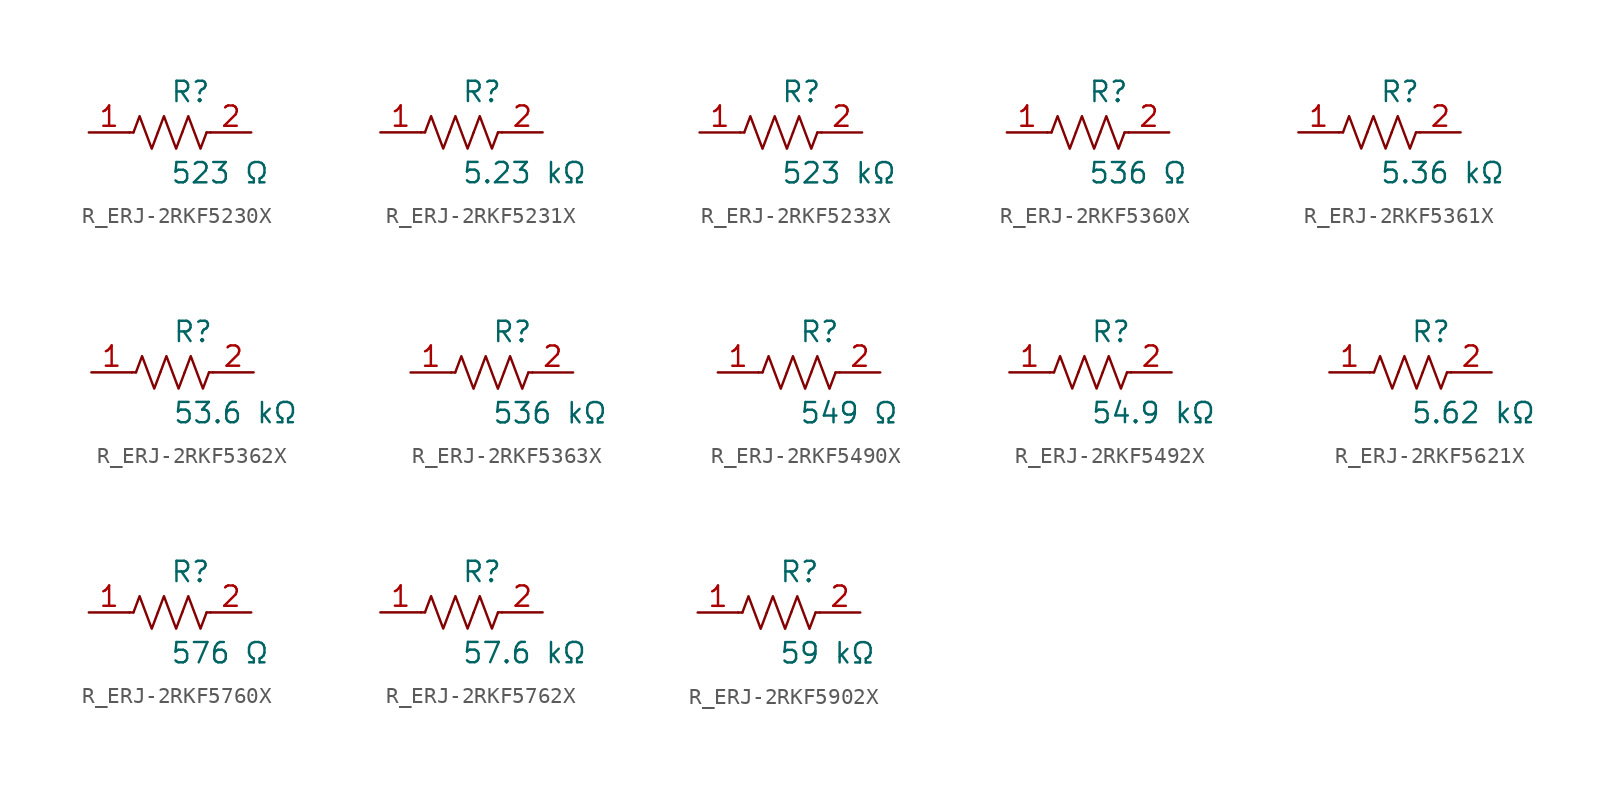
<source format=kicad_sym>
(kicad_symbol_lib
  (version 20231120)
  (generator kicad_symbol_editor)
  (generator_version 8.0)
  (symbol "R_ERJ-2RKF5230X"
    (pin_names
      (offset 0.254))
    (property "Reference" "R"
      (at 0.0 2.54 0)
      (effects (font (size 1.27 1.27)) (justify left)))
    (property "Value" "523 Ω"
      (at 0.0 -2.54 0)
      (effects (font (size 1.27 1.27)) (justify left)))
    (symbol "R_ERJ-2RKF5230X_0_1"
      (polyline (pts (xy 2.286 0) (xy 2.54 0)) (stroke (width 0) (type default)) (fill (type none)))
      (polyline (pts (xy -2.286 0) (xy -2.54 0)) (stroke (width 0) (type default)) (fill (type none)))
      (polyline (pts (xy 0.762 0) (xy 1.143 1.016) (xy 1.524 0) (xy 1.905 -1.016) (xy 2.286 0)) (stroke (width 0) (type default)) (fill (type none)))
      (polyline (pts (xy -0.762 0) (xy -0.381 1.016) (xy 0 0) (xy 0.381 -1.016) (xy 0.762 0)) (stroke (width 0) (type default)) (fill (type none)))
      (polyline (pts (xy -2.286 0) (xy -1.905 1.016) (xy -1.524 0) (xy -1.143 -1.016) (xy -0.762 0)) (stroke (width 0) (type default)) (fill (type none))))
    (pin unspecified line
      (at -5.08 0 0)
      (length 2.54)
      (name "" (effects (font (size 1.27 1.27))))
      (number "1" (effects (font (size 1.27 1.27)))))
    (pin unspecified line
      (at 5.08 0 180)
      (length 2.54)
      (name "" (effects (font (size 1.27 1.27))))
      (number "2" (effects (font (size 1.27 1.27))))))
  (symbol "R_ERJ-2RKF5231X"
    (pin_names
      (offset 0.254))
    (property "Reference" "R"
      (at 0.0 2.54 0)
      (effects (font (size 1.27 1.27)) (justify left)))
    (property "Value" "5.23 kΩ"
      (at 0.0 -2.54 0)
      (effects (font (size 1.27 1.27)) (justify left)))
    (symbol "R_ERJ-2RKF5231X_0_1"
      (polyline (pts (xy 2.286 0) (xy 2.54 0)) (stroke (width 0) (type default)) (fill (type none)))
      (polyline (pts (xy -2.286 0) (xy -2.54 0)) (stroke (width 0) (type default)) (fill (type none)))
      (polyline (pts (xy 0.762 0) (xy 1.143 1.016) (xy 1.524 0) (xy 1.905 -1.016) (xy 2.286 0)) (stroke (width 0) (type default)) (fill (type none)))
      (polyline (pts (xy -0.762 0) (xy -0.381 1.016) (xy 0 0) (xy 0.381 -1.016) (xy 0.762 0)) (stroke (width 0) (type default)) (fill (type none)))
      (polyline (pts (xy -2.286 0) (xy -1.905 1.016) (xy -1.524 0) (xy -1.143 -1.016) (xy -0.762 0)) (stroke (width 0) (type default)) (fill (type none))))
    (pin unspecified line
      (at -5.08 0 0)
      (length 2.54)
      (name "" (effects (font (size 1.27 1.27))))
      (number "1" (effects (font (size 1.27 1.27)))))
    (pin unspecified line
      (at 5.08 0 180)
      (length 2.54)
      (name "" (effects (font (size 1.27 1.27))))
      (number "2" (effects (font (size 1.27 1.27))))))
  (symbol "R_ERJ-2RKF5233X"
    (pin_names
      (offset 0.254))
    (property "Reference" "R"
      (at 0.0 2.54 0)
      (effects (font (size 1.27 1.27)) (justify left)))
    (property "Value" "523 kΩ"
      (at 0.0 -2.54 0)
      (effects (font (size 1.27 1.27)) (justify left)))
    (symbol "R_ERJ-2RKF5233X_0_1"
      (polyline (pts (xy 2.286 0) (xy 2.54 0)) (stroke (width 0) (type default)) (fill (type none)))
      (polyline (pts (xy -2.286 0) (xy -2.54 0)) (stroke (width 0) (type default)) (fill (type none)))
      (polyline (pts (xy 0.762 0) (xy 1.143 1.016) (xy 1.524 0) (xy 1.905 -1.016) (xy 2.286 0)) (stroke (width 0) (type default)) (fill (type none)))
      (polyline (pts (xy -0.762 0) (xy -0.381 1.016) (xy 0 0) (xy 0.381 -1.016) (xy 0.762 0)) (stroke (width 0) (type default)) (fill (type none)))
      (polyline (pts (xy -2.286 0) (xy -1.905 1.016) (xy -1.524 0) (xy -1.143 -1.016) (xy -0.762 0)) (stroke (width 0) (type default)) (fill (type none))))
    (pin unspecified line
      (at -5.08 0 0)
      (length 2.54)
      (name "" (effects (font (size 1.27 1.27))))
      (number "1" (effects (font (size 1.27 1.27)))))
    (pin unspecified line
      (at 5.08 0 180)
      (length 2.54)
      (name "" (effects (font (size 1.27 1.27))))
      (number "2" (effects (font (size 1.27 1.27))))))
  (symbol "R_ERJ-2RKF5360X"
    (pin_names
      (offset 0.254))
    (property "Reference" "R"
      (at 0.0 2.54 0)
      (effects (font (size 1.27 1.27)) (justify left)))
    (property "Value" "536 Ω"
      (at 0.0 -2.54 0)
      (effects (font (size 1.27 1.27)) (justify left)))
    (symbol "R_ERJ-2RKF5360X_0_1"
      (polyline (pts (xy 2.286 0) (xy 2.54 0)) (stroke (width 0) (type default)) (fill (type none)))
      (polyline (pts (xy -2.286 0) (xy -2.54 0)) (stroke (width 0) (type default)) (fill (type none)))
      (polyline (pts (xy 0.762 0) (xy 1.143 1.016) (xy 1.524 0) (xy 1.905 -1.016) (xy 2.286 0)) (stroke (width 0) (type default)) (fill (type none)))
      (polyline (pts (xy -0.762 0) (xy -0.381 1.016) (xy 0 0) (xy 0.381 -1.016) (xy 0.762 0)) (stroke (width 0) (type default)) (fill (type none)))
      (polyline (pts (xy -2.286 0) (xy -1.905 1.016) (xy -1.524 0) (xy -1.143 -1.016) (xy -0.762 0)) (stroke (width 0) (type default)) (fill (type none))))
    (pin unspecified line
      (at -5.08 0 0)
      (length 2.54)
      (name "" (effects (font (size 1.27 1.27))))
      (number "1" (effects (font (size 1.27 1.27)))))
    (pin unspecified line
      (at 5.08 0 180)
      (length 2.54)
      (name "" (effects (font (size 1.27 1.27))))
      (number "2" (effects (font (size 1.27 1.27))))))
  (symbol "R_ERJ-2RKF5361X"
    (pin_names
      (offset 0.254))
    (property "Reference" "R"
      (at 0.0 2.54 0)
      (effects (font (size 1.27 1.27)) (justify left)))
    (property "Value" "5.36 kΩ"
      (at 0.0 -2.54 0)
      (effects (font (size 1.27 1.27)) (justify left)))
    (symbol "R_ERJ-2RKF5361X_0_1"
      (polyline (pts (xy 2.286 0) (xy 2.54 0)) (stroke (width 0) (type default)) (fill (type none)))
      (polyline (pts (xy -2.286 0) (xy -2.54 0)) (stroke (width 0) (type default)) (fill (type none)))
      (polyline (pts (xy 0.762 0) (xy 1.143 1.016) (xy 1.524 0) (xy 1.905 -1.016) (xy 2.286 0)) (stroke (width 0) (type default)) (fill (type none)))
      (polyline (pts (xy -0.762 0) (xy -0.381 1.016) (xy 0 0) (xy 0.381 -1.016) (xy 0.762 0)) (stroke (width 0) (type default)) (fill (type none)))
      (polyline (pts (xy -2.286 0) (xy -1.905 1.016) (xy -1.524 0) (xy -1.143 -1.016) (xy -0.762 0)) (stroke (width 0) (type default)) (fill (type none))))
    (pin unspecified line
      (at -5.08 0 0)
      (length 2.54)
      (name "" (effects (font (size 1.27 1.27))))
      (number "1" (effects (font (size 1.27 1.27)))))
    (pin unspecified line
      (at 5.08 0 180)
      (length 2.54)
      (name "" (effects (font (size 1.27 1.27))))
      (number "2" (effects (font (size 1.27 1.27))))))
  (symbol "R_ERJ-2RKF5362X"
    (pin_names
      (offset 0.254))
    (property "Reference" "R"
      (at 0.0 2.54 0)
      (effects (font (size 1.27 1.27)) (justify left)))
    (property "Value" "53.6 kΩ"
      (at 0.0 -2.54 0)
      (effects (font (size 1.27 1.27)) (justify left)))
    (symbol "R_ERJ-2RKF5362X_0_1"
      (polyline (pts (xy 2.286 0) (xy 2.54 0)) (stroke (width 0) (type default)) (fill (type none)))
      (polyline (pts (xy -2.286 0) (xy -2.54 0)) (stroke (width 0) (type default)) (fill (type none)))
      (polyline (pts (xy 0.762 0) (xy 1.143 1.016) (xy 1.524 0) (xy 1.905 -1.016) (xy 2.286 0)) (stroke (width 0) (type default)) (fill (type none)))
      (polyline (pts (xy -0.762 0) (xy -0.381 1.016) (xy 0 0) (xy 0.381 -1.016) (xy 0.762 0)) (stroke (width 0) (type default)) (fill (type none)))
      (polyline (pts (xy -2.286 0) (xy -1.905 1.016) (xy -1.524 0) (xy -1.143 -1.016) (xy -0.762 0)) (stroke (width 0) (type default)) (fill (type none))))
    (pin unspecified line
      (at -5.08 0 0)
      (length 2.54)
      (name "" (effects (font (size 1.27 1.27))))
      (number "1" (effects (font (size 1.27 1.27)))))
    (pin unspecified line
      (at 5.08 0 180)
      (length 2.54)
      (name "" (effects (font (size 1.27 1.27))))
      (number "2" (effects (font (size 1.27 1.27))))))
  (symbol "R_ERJ-2RKF5363X"
    (pin_names
      (offset 0.254))
    (property "Reference" "R"
      (at 0.0 2.54 0)
      (effects (font (size 1.27 1.27)) (justify left)))
    (property "Value" "536 kΩ"
      (at 0.0 -2.54 0)
      (effects (font (size 1.27 1.27)) (justify left)))
    (symbol "R_ERJ-2RKF5363X_0_1"
      (polyline (pts (xy 2.286 0) (xy 2.54 0)) (stroke (width 0) (type default)) (fill (type none)))
      (polyline (pts (xy -2.286 0) (xy -2.54 0)) (stroke (width 0) (type default)) (fill (type none)))
      (polyline (pts (xy 0.762 0) (xy 1.143 1.016) (xy 1.524 0) (xy 1.905 -1.016) (xy 2.286 0)) (stroke (width 0) (type default)) (fill (type none)))
      (polyline (pts (xy -0.762 0) (xy -0.381 1.016) (xy 0 0) (xy 0.381 -1.016) (xy 0.762 0)) (stroke (width 0) (type default)) (fill (type none)))
      (polyline (pts (xy -2.286 0) (xy -1.905 1.016) (xy -1.524 0) (xy -1.143 -1.016) (xy -0.762 0)) (stroke (width 0) (type default)) (fill (type none))))
    (pin unspecified line
      (at -5.08 0 0)
      (length 2.54)
      (name "" (effects (font (size 1.27 1.27))))
      (number "1" (effects (font (size 1.27 1.27)))))
    (pin unspecified line
      (at 5.08 0 180)
      (length 2.54)
      (name "" (effects (font (size 1.27 1.27))))
      (number "2" (effects (font (size 1.27 1.27))))))
  (symbol "R_ERJ-2RKF5490X"
    (pin_names
      (offset 0.254))
    (property "Reference" "R"
      (at 0.0 2.54 0)
      (effects (font (size 1.27 1.27)) (justify left)))
    (property "Value" "549 Ω"
      (at 0.0 -2.54 0)
      (effects (font (size 1.27 1.27)) (justify left)))
    (symbol "R_ERJ-2RKF5490X_0_1"
      (polyline (pts (xy 2.286 0) (xy 2.54 0)) (stroke (width 0) (type default)) (fill (type none)))
      (polyline (pts (xy -2.286 0) (xy -2.54 0)) (stroke (width 0) (type default)) (fill (type none)))
      (polyline (pts (xy 0.762 0) (xy 1.143 1.016) (xy 1.524 0) (xy 1.905 -1.016) (xy 2.286 0)) (stroke (width 0) (type default)) (fill (type none)))
      (polyline (pts (xy -0.762 0) (xy -0.381 1.016) (xy 0 0) (xy 0.381 -1.016) (xy 0.762 0)) (stroke (width 0) (type default)) (fill (type none)))
      (polyline (pts (xy -2.286 0) (xy -1.905 1.016) (xy -1.524 0) (xy -1.143 -1.016) (xy -0.762 0)) (stroke (width 0) (type default)) (fill (type none))))
    (pin unspecified line
      (at -5.08 0 0)
      (length 2.54)
      (name "" (effects (font (size 1.27 1.27))))
      (number "1" (effects (font (size 1.27 1.27)))))
    (pin unspecified line
      (at 5.08 0 180)
      (length 2.54)
      (name "" (effects (font (size 1.27 1.27))))
      (number "2" (effects (font (size 1.27 1.27))))))
  (symbol "R_ERJ-2RKF5492X"
    (pin_names
      (offset 0.254))
    (property "Reference" "R"
      (at 0.0 2.54 0)
      (effects (font (size 1.27 1.27)) (justify left)))
    (property "Value" "54.9 kΩ"
      (at 0.0 -2.54 0)
      (effects (font (size 1.27 1.27)) (justify left)))
    (symbol "R_ERJ-2RKF5492X_0_1"
      (polyline (pts (xy 2.286 0) (xy 2.54 0)) (stroke (width 0) (type default)) (fill (type none)))
      (polyline (pts (xy -2.286 0) (xy -2.54 0)) (stroke (width 0) (type default)) (fill (type none)))
      (polyline (pts (xy 0.762 0) (xy 1.143 1.016) (xy 1.524 0) (xy 1.905 -1.016) (xy 2.286 0)) (stroke (width 0) (type default)) (fill (type none)))
      (polyline (pts (xy -0.762 0) (xy -0.381 1.016) (xy 0 0) (xy 0.381 -1.016) (xy 0.762 0)) (stroke (width 0) (type default)) (fill (type none)))
      (polyline (pts (xy -2.286 0) (xy -1.905 1.016) (xy -1.524 0) (xy -1.143 -1.016) (xy -0.762 0)) (stroke (width 0) (type default)) (fill (type none))))
    (pin unspecified line
      (at -5.08 0 0)
      (length 2.54)
      (name "" (effects (font (size 1.27 1.27))))
      (number "1" (effects (font (size 1.27 1.27)))))
    (pin unspecified line
      (at 5.08 0 180)
      (length 2.54)
      (name "" (effects (font (size 1.27 1.27))))
      (number "2" (effects (font (size 1.27 1.27))))))
  (symbol "R_ERJ-2RKF5621X"
    (pin_names
      (offset 0.254))
    (property "Reference" "R"
      (at 0.0 2.54 0)
      (effects (font (size 1.27 1.27)) (justify left)))
    (property "Value" "5.62 kΩ"
      (at 0.0 -2.54 0)
      (effects (font (size 1.27 1.27)) (justify left)))
    (symbol "R_ERJ-2RKF5621X_0_1"
      (polyline (pts (xy 2.286 0) (xy 2.54 0)) (stroke (width 0) (type default)) (fill (type none)))
      (polyline (pts (xy -2.286 0) (xy -2.54 0)) (stroke (width 0) (type default)) (fill (type none)))
      (polyline (pts (xy 0.762 0) (xy 1.143 1.016) (xy 1.524 0) (xy 1.905 -1.016) (xy 2.286 0)) (stroke (width 0) (type default)) (fill (type none)))
      (polyline (pts (xy -0.762 0) (xy -0.381 1.016) (xy 0 0) (xy 0.381 -1.016) (xy 0.762 0)) (stroke (width 0) (type default)) (fill (type none)))
      (polyline (pts (xy -2.286 0) (xy -1.905 1.016) (xy -1.524 0) (xy -1.143 -1.016) (xy -0.762 0)) (stroke (width 0) (type default)) (fill (type none))))
    (pin unspecified line
      (at -5.08 0 0)
      (length 2.54)
      (name "" (effects (font (size 1.27 1.27))))
      (number "1" (effects (font (size 1.27 1.27)))))
    (pin unspecified line
      (at 5.08 0 180)
      (length 2.54)
      (name "" (effects (font (size 1.27 1.27))))
      (number "2" (effects (font (size 1.27 1.27))))))
  (symbol "R_ERJ-2RKF5760X"
    (pin_names
      (offset 0.254))
    (property "Reference" "R"
      (at 0.0 2.54 0)
      (effects (font (size 1.27 1.27)) (justify left)))
    (property "Value" "576 Ω"
      (at 0.0 -2.54 0)
      (effects (font (size 1.27 1.27)) (justify left)))
    (symbol "R_ERJ-2RKF5760X_0_1"
      (polyline (pts (xy 2.286 0) (xy 2.54 0)) (stroke (width 0) (type default)) (fill (type none)))
      (polyline (pts (xy -2.286 0) (xy -2.54 0)) (stroke (width 0) (type default)) (fill (type none)))
      (polyline (pts (xy 0.762 0) (xy 1.143 1.016) (xy 1.524 0) (xy 1.905 -1.016) (xy 2.286 0)) (stroke (width 0) (type default)) (fill (type none)))
      (polyline (pts (xy -0.762 0) (xy -0.381 1.016) (xy 0 0) (xy 0.381 -1.016) (xy 0.762 0)) (stroke (width 0) (type default)) (fill (type none)))
      (polyline (pts (xy -2.286 0) (xy -1.905 1.016) (xy -1.524 0) (xy -1.143 -1.016) (xy -0.762 0)) (stroke (width 0) (type default)) (fill (type none))))
    (pin unspecified line
      (at -5.08 0 0)
      (length 2.54)
      (name "" (effects (font (size 1.27 1.27))))
      (number "1" (effects (font (size 1.27 1.27)))))
    (pin unspecified line
      (at 5.08 0 180)
      (length 2.54)
      (name "" (effects (font (size 1.27 1.27))))
      (number "2" (effects (font (size 1.27 1.27))))))
  (symbol "R_ERJ-2RKF5762X"
    (pin_names
      (offset 0.254))
    (property "Reference" "R"
      (at 0.0 2.54 0)
      (effects (font (size 1.27 1.27)) (justify left)))
    (property "Value" "57.6 kΩ"
      (at 0.0 -2.54 0)
      (effects (font (size 1.27 1.27)) (justify left)))
    (symbol "R_ERJ-2RKF5762X_0_1"
      (polyline (pts (xy 2.286 0) (xy 2.54 0)) (stroke (width 0) (type default)) (fill (type none)))
      (polyline (pts (xy -2.286 0) (xy -2.54 0)) (stroke (width 0) (type default)) (fill (type none)))
      (polyline (pts (xy 0.762 0) (xy 1.143 1.016) (xy 1.524 0) (xy 1.905 -1.016) (xy 2.286 0)) (stroke (width 0) (type default)) (fill (type none)))
      (polyline (pts (xy -0.762 0) (xy -0.381 1.016) (xy 0 0) (xy 0.381 -1.016) (xy 0.762 0)) (stroke (width 0) (type default)) (fill (type none)))
      (polyline (pts (xy -2.286 0) (xy -1.905 1.016) (xy -1.524 0) (xy -1.143 -1.016) (xy -0.762 0)) (stroke (width 0) (type default)) (fill (type none))))
    (pin unspecified line
      (at -5.08 0 0)
      (length 2.54)
      (name "" (effects (font (size 1.27 1.27))))
      (number "1" (effects (font (size 1.27 1.27)))))
    (pin unspecified line
      (at 5.08 0 180)
      (length 2.54)
      (name "" (effects (font (size 1.27 1.27))))
      (number "2" (effects (font (size 1.27 1.27))))))
  (symbol "R_ERJ-2RKF5902X"
    (pin_names
      (offset 0.254))
    (property "Reference" "R"
      (at 0.0 2.54 0)
      (effects (font (size 1.27 1.27)) (justify left)))
    (property "Value" "59 kΩ"
      (at 0.0 -2.54 0)
      (effects (font (size 1.27 1.27)) (justify left)))
    (symbol "R_ERJ-2RKF5902X_0_1"
      (polyline (pts (xy 2.286 0) (xy 2.54 0)) (stroke (width 0) (type default)) (fill (type none)))
      (polyline (pts (xy -2.286 0) (xy -2.54 0)) (stroke (width 0) (type default)) (fill (type none)))
      (polyline (pts (xy 0.762 0) (xy 1.143 1.016) (xy 1.524 0) (xy 1.905 -1.016) (xy 2.286 0)) (stroke (width 0) (type default)) (fill (type none)))
      (polyline (pts (xy -0.762 0) (xy -0.381 1.016) (xy 0 0) (xy 0.381 -1.016) (xy 0.762 0)) (stroke (width 0) (type default)) (fill (type none)))
      (polyline (pts (xy -2.286 0) (xy -1.905 1.016) (xy -1.524 0) (xy -1.143 -1.016) (xy -0.762 0)) (stroke (width 0) (type default)) (fill (type none))))
    (pin unspecified line
      (at -5.08 0 0)
      (length 2.54)
      (name "" (effects (font (size 1.27 1.27))))
      (number "1" (effects (font (size 1.27 1.27)))))
    (pin unspecified line
      (at 5.08 0 180)
      (length 2.54)
      (name "" (effects (font (size 1.27 1.27))))
      (number "2" (effects (font (size 1.27 1.27)))))))
</source>
